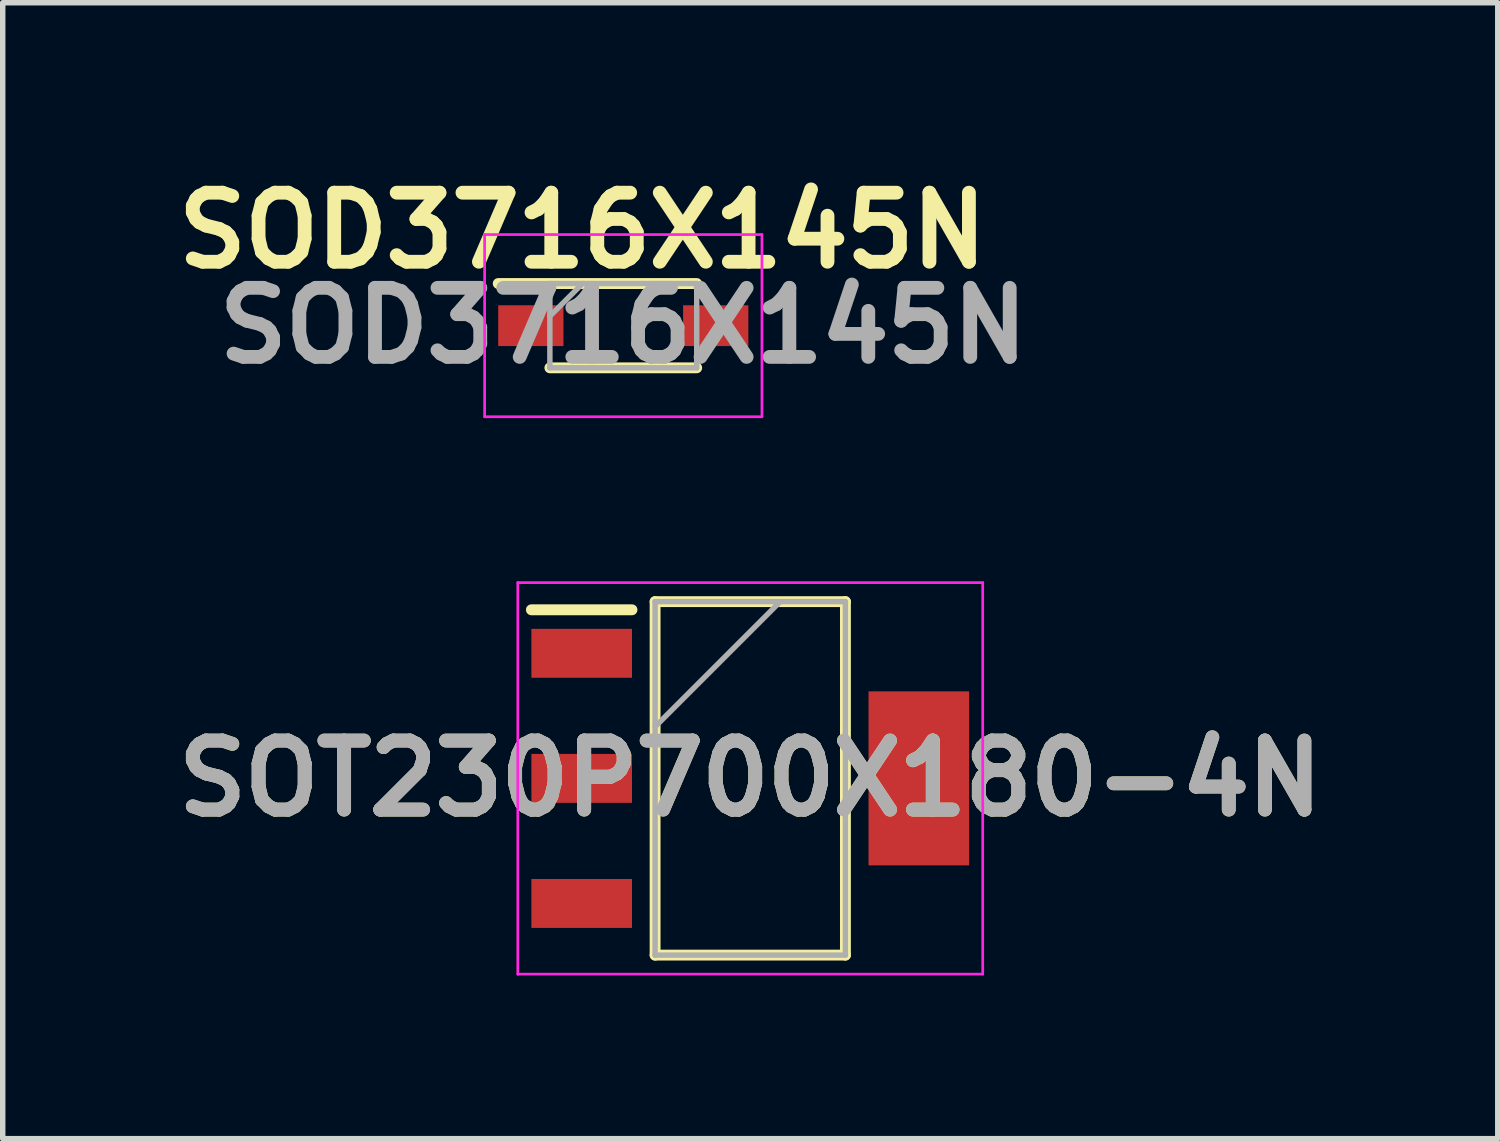
<source format=kicad_pcb>
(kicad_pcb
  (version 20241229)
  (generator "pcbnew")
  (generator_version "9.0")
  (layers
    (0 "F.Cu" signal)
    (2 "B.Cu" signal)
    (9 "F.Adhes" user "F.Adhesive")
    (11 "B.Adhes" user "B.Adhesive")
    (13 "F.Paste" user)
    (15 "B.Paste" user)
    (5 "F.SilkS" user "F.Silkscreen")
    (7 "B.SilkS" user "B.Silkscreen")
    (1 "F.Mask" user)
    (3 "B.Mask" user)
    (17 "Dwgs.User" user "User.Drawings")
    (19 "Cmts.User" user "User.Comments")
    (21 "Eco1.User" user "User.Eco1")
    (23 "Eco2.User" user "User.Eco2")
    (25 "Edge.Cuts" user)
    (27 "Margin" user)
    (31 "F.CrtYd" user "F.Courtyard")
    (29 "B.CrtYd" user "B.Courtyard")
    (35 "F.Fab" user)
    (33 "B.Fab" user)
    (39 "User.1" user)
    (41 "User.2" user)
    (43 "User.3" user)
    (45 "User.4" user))
  (footprint "SOT230P700X180-4N"
    (layer "F.Cu")
    (at 10.747 11.264)
    (property "Reference" "SOT230P700X180-4N" (at 0 0 0) (layer "F.SilkS") (effects (font (size 1.27 1.27) (thickness 0.254))))
    (attr smd)
    (fp_line (start -4.025 -3.1) (end -2.175 -3.1) (stroke (width 0.2) (type solid)) (layer "F.SilkS"))
    (fp_line (start -1.75 -3.25) (end 1.75 -3.25) (stroke (width 0.2) (type solid)) (layer "F.SilkS"))
    (fp_line (start -1.75 3.25) (end -1.75 -3.25) (stroke (width 0.2) (type solid)) (layer "F.SilkS"))
    (fp_line (start 1.75 -3.25) (end 1.75 3.25) (stroke (width 0.2) (type solid)) (layer "F.SilkS"))
    (fp_line (start 1.75 3.25) (end -1.75 3.25) (stroke (width 0.2) (type solid)) (layer "F.SilkS"))
    (fp_line (start -4.275 -3.6) (end 4.275 -3.6) (stroke (width 0.05) (type solid)) (layer "F.CrtYd"))
    (fp_line (start -4.275 3.6) (end -4.275 -3.6) (stroke (width 0.05) (type solid)) (layer "F.CrtYd"))
    (fp_line (start 4.275 -3.6) (end 4.275 3.6) (stroke (width 0.05) (type solid)) (layer "F.CrtYd"))
    (fp_line (start 4.275 3.6) (end -4.275 3.6) (stroke (width 0.05) (type solid)) (layer "F.CrtYd"))
    (fp_line (start -1.75 -3.25) (end 1.75 -3.25) (stroke (width 0.1) (type solid)) (layer "F.Fab"))
    (fp_line (start -1.75 -0.95) (end 0.55 -3.25) (stroke (width 0.1) (type solid)) (layer "F.Fab"))
    (fp_line (start -1.75 3.25) (end -1.75 -3.25) (stroke (width 0.1) (type solid)) (layer "F.Fab"))
    (fp_line (start 1.75 -3.25) (end 1.75 3.25) (stroke (width 0.1) (type solid)) (layer "F.Fab"))
    (fp_line (start 1.75 3.25) (end -1.75 3.25) (stroke (width 0.1) (type solid)) (layer "F.Fab"))
    (fp_text user "${REFERENCE}" (at 0 0 0) (layer "F.Fab") (effects (font (size 1.27 1.27) (thickness 0.254))))
    (pad "1" smd rect (at -3.1 -2.3 90) (size 0.9 1.85) (layers "F.Cu" "F.Mask" "F.Paste"))
    (pad "2" smd rect (at -3.1 0 90) (size 0.9 1.85) (layers "F.Cu" "F.Mask" "F.Paste"))
    (pad "3" smd rect (at -3.1 2.3 90) (size 0.9 1.85) (layers "F.Cu" "F.Mask" "F.Paste"))
    (pad "4" smd rect (at 3.1 0) (size 1.85 3.2) (layers "F.Cu" "F.Mask" "F.Paste")))
  (footprint "SOD3716X145N"
    (layer "F.Cu")
    (at 8.412 2.939)
    (property "Reference" "SOD3716X145N" (at -0.75 -1.75 0) (layer "F.SilkS") (effects (font (size 1.27 1.27) (thickness 0.254))))
    (attr smd)
    (fp_line (start -2.3 -0.775) (end 1.35 -0.775) (stroke (width 0.2) (type solid)) (layer "F.SilkS"))
    (fp_line (start -1.35 0.775) (end 1.35 0.775) (stroke (width 0.2) (type solid)) (layer "F.SilkS"))
    (fp_line (start -2.55 -1.675) (end 2.55 -1.675) (stroke (width 0.05) (type solid)) (layer "F.CrtYd"))
    (fp_line (start -2.55 1.675) (end -2.55 -1.675) (stroke (width 0.05) (type solid)) (layer "F.CrtYd"))
    (fp_line (start 2.55 -1.675) (end 2.55 1.675) (stroke (width 0.05) (type solid)) (layer "F.CrtYd"))
    (fp_line (start 2.55 1.675) (end -2.55 1.675) (stroke (width 0.05) (type solid)) (layer "F.CrtYd"))
    (fp_line (start -1.35 -0.775) (end 1.35 -0.775) (stroke (width 0.1) (type solid)) (layer "F.Fab"))
    (fp_line (start -1.35 -0.175) (end -0.75 -0.775) (stroke (width 0.1) (type solid)) (layer "F.Fab"))
    (fp_line (start -1.35 0.775) (end -1.35 -0.775) (stroke (width 0.1) (type solid)) (layer "F.Fab"))
    (fp_line (start 1.35 -0.775) (end 1.35 0.775) (stroke (width 0.1) (type solid)) (layer "F.Fab"))
    (fp_line (start 1.35 0.775) (end -1.35 0.775) (stroke (width 0.1) (type solid)) (layer "F.Fab"))
    (fp_text user "${REFERENCE}" (at 0 0 0) (layer "F.Fab") (effects (font (size 1.27 1.27) (thickness 0.254))))
    (pad "1" smd rect (at -1.7 0 90) (size 0.75 1.2) (layers "F.Cu" "F.Mask" "F.Paste"))
    (pad "2" smd rect (at 1.7 0 90) (size 0.75 1.2) (layers "F.Cu" "F.Mask" "F.Paste")))
  (gr_rect
    (start -3 -3)
    (end 24.493 17.889)
    (stroke (width 0.1) (type default))
    (fill no)
    (layer "Edge.Cuts")))
</source>
